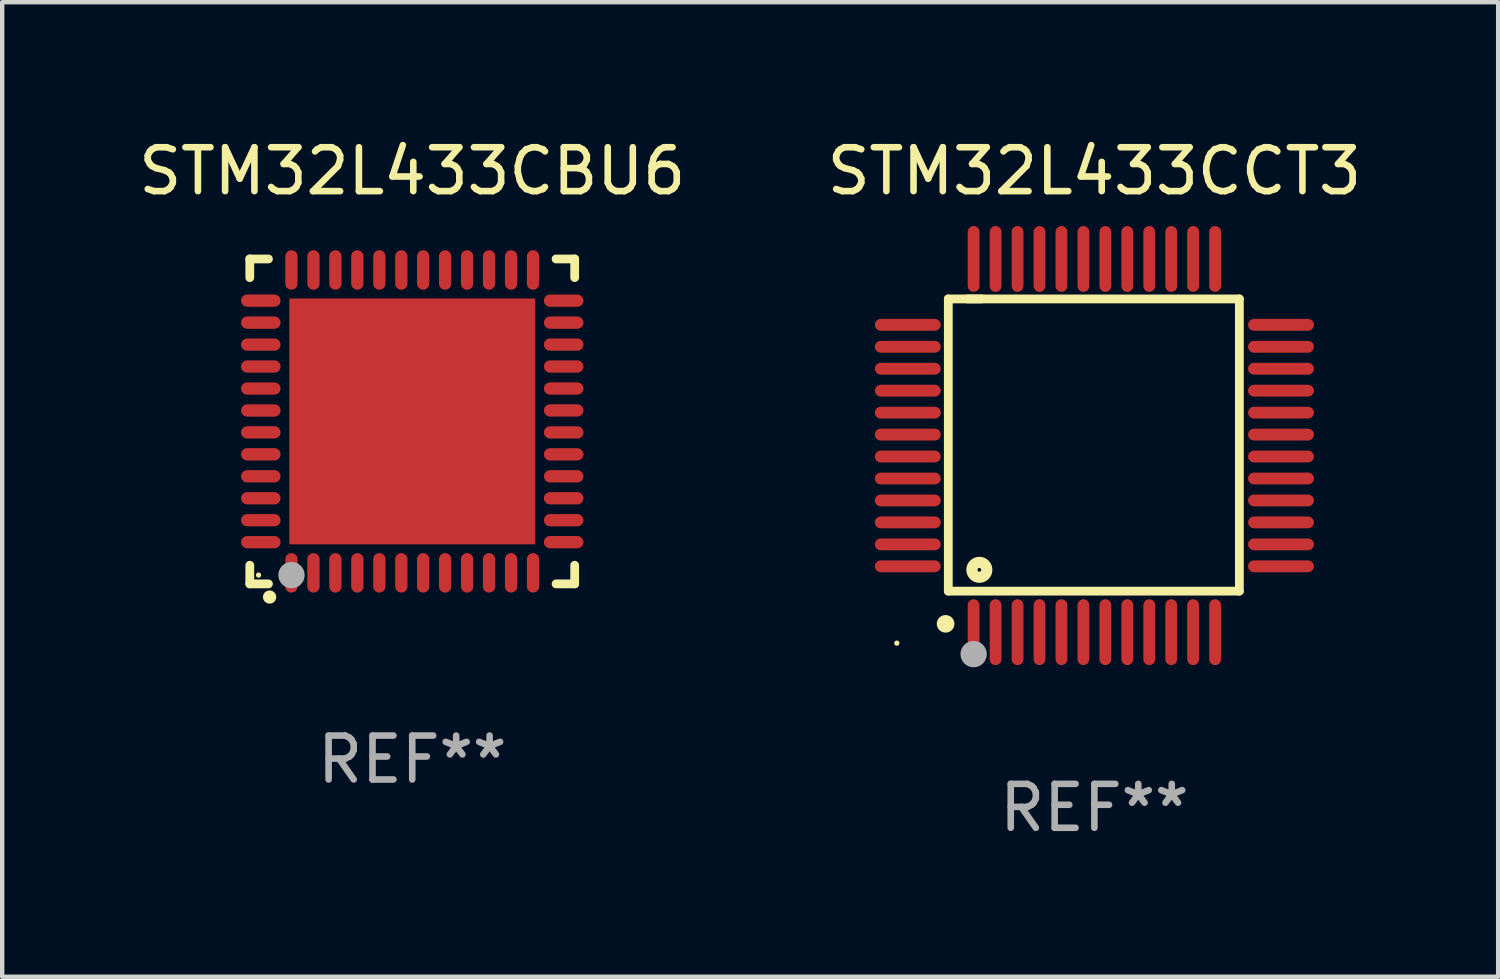
<source format=kicad_pcb>
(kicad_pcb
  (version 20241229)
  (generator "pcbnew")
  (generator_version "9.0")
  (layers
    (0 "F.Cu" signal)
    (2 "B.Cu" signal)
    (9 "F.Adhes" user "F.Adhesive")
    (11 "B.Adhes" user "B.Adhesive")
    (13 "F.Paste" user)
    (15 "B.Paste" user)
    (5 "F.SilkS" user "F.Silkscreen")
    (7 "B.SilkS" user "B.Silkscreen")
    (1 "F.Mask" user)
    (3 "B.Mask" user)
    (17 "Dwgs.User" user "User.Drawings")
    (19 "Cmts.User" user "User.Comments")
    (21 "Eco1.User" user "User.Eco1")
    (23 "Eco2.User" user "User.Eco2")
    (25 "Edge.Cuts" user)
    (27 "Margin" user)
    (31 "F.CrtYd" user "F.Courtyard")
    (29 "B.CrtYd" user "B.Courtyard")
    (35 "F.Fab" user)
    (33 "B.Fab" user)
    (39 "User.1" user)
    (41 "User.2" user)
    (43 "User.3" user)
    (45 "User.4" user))
  (footprint "STM32L433CBU6"
    (layer "F.Cu")
    (at 6.339 6.548)
    (property "Reference" "STM32L433CBU6" (at 0 -5.7 0) (layer "F.SilkS") (effects (font (size 1 1) (thickness 0.15))))
    (attr through_hole)
    (fp_line (start -3.7 -3.7) (end -3.275 -3.7) (stroke (width 0.2) (type solid)) (layer "F.SilkS"))
    (fp_line (start -3.7 -3.275) (end -3.7 -3.7) (stroke (width 0.2) (type solid)) (layer "F.SilkS"))
    (fp_line (start -3.7 3.7) (end -3.7 3.275) (stroke (width 0.2) (type solid)) (layer "F.SilkS"))
    (fp_line (start -3.275 3.7) (end -3.7 3.7) (stroke (width 0.2) (type solid)) (layer "F.SilkS"))
    (fp_line (start 3.7 -3.7) (end 3.275 -3.7) (stroke (width 0.2) (type solid)) (layer "F.SilkS"))
    (fp_line (start 3.7 -3.275) (end 3.7 -3.7) (stroke (width 0.2) (type solid)) (layer "F.SilkS"))
    (fp_line (start 3.7 3.275) (end 3.7 3.7) (stroke (width 0.2) (type solid)) (layer "F.SilkS"))
    (fp_line (start 3.7 3.7) (end 3.275 3.7) (stroke (width 0.2) (type solid)) (layer "F.SilkS"))
    (fp_arc (start -3.249936 3.999975) (mid -3.248666 3.99997) (end -3.247396 3.999975) (stroke (width 0.3) (type solid)) (layer "F.SilkS"))
    (fp_circle (center -3.5 3.5) (end -3.47 3.5) (stroke (width 0.06) (type solid)) (fill no) (layer "F.SilkS"))
    (fp_circle (center -2.75 3.5) (end -2.6 3.5) (stroke (width 0.3) (type solid)) (fill no) (layer "F.Fab"))
    (fp_text user "REF**" (at 0 7.7 0) (layer "F.Fab") (effects (font (size 1 1) (thickness 0.15))))
    (pad "1" smd oval (at -2.751 3.449) (size 0.28 0.9) (layers "F.Cu" "F.Mask" "F.Paste"))
    (pad "2" smd oval (at -2.25 3.449) (size 0.28 0.9) (layers "F.Cu" "F.Mask" "F.Paste"))
    (pad "3" smd oval (at -1.75 3.449) (size 0.28 0.9) (layers "F.Cu" "F.Mask" "F.Paste"))
    (pad "4" smd oval (at -1.25 3.449) (size 0.28 0.9) (layers "F.Cu" "F.Mask" "F.Paste"))
    (pad "5" smd oval (at -0.749 3.449) (size 0.28 0.9) (layers "F.Cu" "F.Mask" "F.Paste"))
    (pad "6" smd oval (at -0.249 3.449) (size 0.28 0.9) (layers "F.Cu" "F.Mask" "F.Paste"))
    (pad "7" smd oval (at 0.249 3.449) (size 0.28 0.9) (layers "F.Cu" "F.Mask" "F.Paste"))
    (pad "8" smd oval (at 0.749 3.449) (size 0.28 0.9) (layers "F.Cu" "F.Mask" "F.Paste"))
    (pad "9" smd oval (at 1.25 3.449) (size 0.28 0.9) (layers "F.Cu" "F.Mask" "F.Paste"))
    (pad "10" smd oval (at 1.75 3.449) (size 0.28 0.9) (layers "F.Cu" "F.Mask" "F.Paste"))
    (pad "11" smd oval (at 2.251 3.449) (size 0.28 0.9) (layers "F.Cu" "F.Mask" "F.Paste"))
    (pad "12" smd oval (at 2.751 3.449) (size 0.28 0.9) (layers "F.Cu" "F.Mask" "F.Paste"))
    (pad "13" smd oval (at 3.449 2.75) (size 0.9 0.28) (layers "F.Cu" "F.Mask" "F.Paste"))
    (pad "14" smd oval (at 3.449 2.25) (size 0.9 0.28) (layers "F.Cu" "F.Mask" "F.Paste"))
    (pad "15" smd oval (at 3.449 1.75) (size 0.9 0.28) (layers "F.Cu" "F.Mask" "F.Paste"))
    (pad "16" smd oval (at 3.449 1.25) (size 0.9 0.28) (layers "F.Cu" "F.Mask" "F.Paste"))
    (pad "17" smd oval (at 3.449 0.75) (size 0.9 0.28) (layers "F.Cu" "F.Mask" "F.Paste"))
    (pad "18" smd oval (at 3.449 0.25) (size 0.9 0.28) (layers "F.Cu" "F.Mask" "F.Paste"))
    (pad "19" smd oval (at 3.449 -0.25) (size 0.9 0.28) (layers "F.Cu" "F.Mask" "F.Paste"))
    (pad "20" smd oval (at 3.449 -0.75) (size 0.9 0.28) (layers "F.Cu" "F.Mask" "F.Paste"))
    (pad "21" smd oval (at 3.449 -1.25) (size 0.9 0.28) (layers "F.Cu" "F.Mask" "F.Paste"))
    (pad "22" smd oval (at 3.449 -1.75) (size 0.9 0.28) (layers "F.Cu" "F.Mask" "F.Paste"))
    (pad "23" smd oval (at 3.449 -2.25) (size 0.9 0.28) (layers "F.Cu" "F.Mask" "F.Paste"))
    (pad "24" smd oval (at 3.449 -2.75) (size 0.9 0.28) (layers "F.Cu" "F.Mask" "F.Paste"))
    (pad "25" smd oval (at 2.751 -3.449) (size 0.28 0.9) (layers "F.Cu" "F.Mask" "F.Paste"))
    (pad "26" smd oval (at 2.251 -3.449) (size 0.28 0.9) (layers "F.Cu" "F.Mask" "F.Paste"))
    (pad "27" smd oval (at 1.75 -3.449) (size 0.28 0.9) (layers "F.Cu" "F.Mask" "F.Paste"))
    (pad "28" smd oval (at 1.25 -3.449) (size 0.28 0.9) (layers "F.Cu" "F.Mask" "F.Paste"))
    (pad "29" smd oval (at 0.749 -3.449) (size 0.28 0.9) (layers "F.Cu" "F.Mask" "F.Paste"))
    (pad "30" smd oval (at 0.249 -3.449) (size 0.28 0.9) (layers "F.Cu" "F.Mask" "F.Paste"))
    (pad "31" smd oval (at -0.249 -3.449) (size 0.28 0.9) (layers "F.Cu" "F.Mask" "F.Paste"))
    (pad "32" smd oval (at -0.749 -3.449) (size 0.28 0.9) (layers "F.Cu" "F.Mask" "F.Paste"))
    (pad "33" smd oval (at -1.25 -3.449) (size 0.28 0.9) (layers "F.Cu" "F.Mask" "F.Paste"))
    (pad "34" smd oval (at -1.75 -3.449) (size 0.28 0.9) (layers "F.Cu" "F.Mask" "F.Paste"))
    (pad "35" smd oval (at -2.25 -3.449) (size 0.28 0.9) (layers "F.Cu" "F.Mask" "F.Paste"))
    (pad "36" smd oval (at -2.751 -3.449) (size 0.28 0.9) (layers "F.Cu" "F.Mask" "F.Paste"))
    (pad "37" smd oval (at -3.449 -2.751) (size 0.9 0.28) (layers "F.Cu" "F.Mask" "F.Paste"))
    (pad "38" smd oval (at -3.449 -2.25) (size 0.9 0.28) (layers "F.Cu" "F.Mask" "F.Paste"))
    (pad "39" smd oval (at -3.449 -1.75) (size 0.9 0.28) (layers "F.Cu" "F.Mask" "F.Paste"))
    (pad "40" smd oval (at -3.449 -1.25) (size 0.9 0.28) (layers "F.Cu" "F.Mask" "F.Paste"))
    (pad "41" smd oval (at -3.449 -0.749) (size 0.9 0.28) (layers "F.Cu" "F.Mask" "F.Paste"))
    (pad "42" smd oval (at -3.449 -0.249) (size 0.9 0.28) (layers "F.Cu" "F.Mask" "F.Paste"))
    (pad "43" smd oval (at -3.449 0.249) (size 0.9 0.28) (layers "F.Cu" "F.Mask" "F.Paste"))
    (pad "44" smd oval (at -3.449 0.749) (size 0.9 0.28) (layers "F.Cu" "F.Mask" "F.Paste"))
    (pad "45" smd oval (at -3.449 1.25) (size 0.9 0.28) (layers "F.Cu" "F.Mask" "F.Paste"))
    (pad "46" smd oval (at -3.449 1.75) (size 0.9 0.28) (layers "F.Cu" "F.Mask" "F.Paste"))
    (pad "47" smd oval (at -3.449 2.25) (size 0.9 0.28) (layers "F.Cu" "F.Mask" "F.Paste"))
    (pad "48" smd oval (at -3.449 2.751) (size 0.9 0.28) (layers "F.Cu" "F.Mask" "F.Paste"))
    (pad "49" smd rect (at 0.000076 -0.000025) (size 5.6 5.6) (layers "F.Cu" "F.Mask" "F.Paste")))
  (footprint "STM32L433CCT3"
    (layer "F.Cu")
    (at 21.875 7.098)
    (property "Reference" "STM32L433CCT3" (at 0 -6.25 0) (layer "F.SilkS") (effects (font (size 1 1) (thickness 0.15))))
    (attr through_hole)
    (fp_line (start -3.327 -3.34) (end -2.565 -3.34) (stroke (width 0.2) (type solid)) (layer "F.SilkS"))
    (fp_line (start -3.327 3.315) (end -3.327 -3.34) (stroke (width 0.2) (type solid)) (layer "F.SilkS"))
    (fp_line (start -2.896 -3.34) (end 3.302 -3.34) (stroke (width 0.2) (type solid)) (layer "F.SilkS"))
    (fp_line (start 3.302 -3.34) (end 3.302 3.315) (stroke (width 0.2) (type solid)) (layer "F.SilkS"))
    (fp_line (start 3.302 3.315) (end -3.327 3.315) (stroke (width 0.2) (type solid)) (layer "F.SilkS"))
    (fp_arc (start -3.389992 4.059995) (mid -3.388722 4.059991) (end -3.387452 4.059995) (stroke (width 0.4) (type solid)) (layer "F.SilkS"))
    (fp_circle (center -4.5 4.5) (end -4.47 4.5) (stroke (width 0.06) (type solid)) (fill no) (layer "F.SilkS"))
    (fp_circle (center -2.62 2.83) (end -2.45 2.83) (stroke (width 0.254) (type solid)) (fill no) (layer "F.SilkS"))
    (fp_circle (center -2.75 4.75) (end -2.6 4.75) (stroke (width 0.3) (type solid)) (fill no) (layer "F.Fab"))
    (fp_text user "REF**" (at 0 8.25 0) (layer "F.Fab") (effects (font (size 1 1) (thickness 0.15))))
    (pad "1" smd oval (at -2.75 4.25) (size 0.27 1.5) (layers "F.Cu" "F.Mask" "F.Paste"))
    (pad "2" smd oval (at -2.25 4.25) (size 0.27 1.5) (layers "F.Cu" "F.Mask" "F.Paste"))
    (pad "3" smd oval (at -1.75 4.25) (size 0.27 1.5) (layers "F.Cu" "F.Mask" "F.Paste"))
    (pad "4" smd oval (at -1.25 4.25) (size 0.27 1.5) (layers "F.Cu" "F.Mask" "F.Paste"))
    (pad "5" smd oval (at -0.75 4.25) (size 0.27 1.5) (layers "F.Cu" "F.Mask" "F.Paste"))
    (pad "6" smd oval (at -0.25 4.25) (size 0.27 1.5) (layers "F.Cu" "F.Mask" "F.Paste"))
    (pad "7" smd oval (at 0.25 4.25) (size 0.27 1.5) (layers "F.Cu" "F.Mask" "F.Paste"))
    (pad "8" smd oval (at 0.75 4.25) (size 0.27 1.5) (layers "F.Cu" "F.Mask" "F.Paste"))
    (pad "9" smd oval (at 1.25 4.25) (size 0.27 1.5) (layers "F.Cu" "F.Mask" "F.Paste"))
    (pad "10" smd oval (at 1.75 4.25) (size 0.27 1.5) (layers "F.Cu" "F.Mask" "F.Paste"))
    (pad "11" smd oval (at 2.25 4.25) (size 0.27 1.5) (layers "F.Cu" "F.Mask" "F.Paste"))
    (pad "12" smd oval (at 2.75 4.25) (size 0.27 1.5) (layers "F.Cu" "F.Mask" "F.Paste"))
    (pad "13" smd oval (at 4.25 2.75) (size 1.5 0.27) (layers "F.Cu" "F.Mask" "F.Paste"))
    (pad "14" smd oval (at 4.25 2.25) (size 1.5 0.27) (layers "F.Cu" "F.Mask" "F.Paste"))
    (pad "15" smd oval (at 4.25 1.75) (size 1.5 0.27) (layers "F.Cu" "F.Mask" "F.Paste"))
    (pad "16" smd oval (at 4.25 1.25) (size 1.5 0.27) (layers "F.Cu" "F.Mask" "F.Paste"))
    (pad "17" smd oval (at 4.25 0.75) (size 1.5 0.27) (layers "F.Cu" "F.Mask" "F.Paste"))
    (pad "18" smd oval (at 4.25 0.25) (size 1.5 0.27) (layers "F.Cu" "F.Mask" "F.Paste"))
    (pad "19" smd oval (at 4.25 -0.25) (size 1.5 0.27) (layers "F.Cu" "F.Mask" "F.Paste"))
    (pad "20" smd oval (at 4.25 -0.75) (size 1.5 0.27) (layers "F.Cu" "F.Mask" "F.Paste"))
    (pad "21" smd oval (at 4.25 -1.25) (size 1.5 0.27) (layers "F.Cu" "F.Mask" "F.Paste"))
    (pad "22" smd oval (at 4.25 -1.75) (size 1.5 0.27) (layers "F.Cu" "F.Mask" "F.Paste"))
    (pad "23" smd oval (at 4.25 -2.25) (size 1.5 0.27) (layers "F.Cu" "F.Mask" "F.Paste"))
    (pad "24" smd oval (at 4.25 -2.75) (size 1.5 0.27) (layers "F.Cu" "F.Mask" "F.Paste"))
    (pad "25" smd oval (at 2.75 -4.25) (size 0.27 1.5) (layers "F.Cu" "F.Mask" "F.Paste"))
    (pad "26" smd oval (at 2.25 -4.25) (size 0.27 1.5) (layers "F.Cu" "F.Mask" "F.Paste"))
    (pad "27" smd oval (at 1.75 -4.25) (size 0.27 1.5) (layers "F.Cu" "F.Mask" "F.Paste"))
    (pad "28" smd oval (at 1.25 -4.25) (size 0.27 1.5) (layers "F.Cu" "F.Mask" "F.Paste"))
    (pad "29" smd oval (at 0.75 -4.25) (size 0.27 1.5) (layers "F.Cu" "F.Mask" "F.Paste"))
    (pad "30" smd oval (at 0.25 -4.25) (size 0.27 1.5) (layers "F.Cu" "F.Mask" "F.Paste"))
    (pad "31" smd oval (at -0.25 -4.25) (size 0.27 1.5) (layers "F.Cu" "F.Mask" "F.Paste"))
    (pad "32" smd oval (at -0.75 -4.25) (size 0.27 1.5) (layers "F.Cu" "F.Mask" "F.Paste"))
    (pad "33" smd oval (at -1.25 -4.25) (size 0.27 1.5) (layers "F.Cu" "F.Mask" "F.Paste"))
    (pad "34" smd oval (at -1.75 -4.25) (size 0.27 1.5) (layers "F.Cu" "F.Mask" "F.Paste"))
    (pad "35" smd oval (at -2.25 -4.25) (size 0.27 1.5) (layers "F.Cu" "F.Mask" "F.Paste"))
    (pad "36" smd oval (at -2.75 -4.25) (size 0.27 1.5) (layers "F.Cu" "F.Mask" "F.Paste"))
    (pad "37" smd oval (at -4.25 -2.75) (size 1.5 0.27) (layers "F.Cu" "F.Mask" "F.Paste"))
    (pad "38" smd oval (at -4.25 -2.25) (size 1.5 0.27) (layers "F.Cu" "F.Mask" "F.Paste"))
    (pad "39" smd oval (at -4.25 -1.75) (size 1.5 0.27) (layers "F.Cu" "F.Mask" "F.Paste"))
    (pad "40" smd oval (at -4.25 -1.25) (size 1.5 0.27) (layers "F.Cu" "F.Mask" "F.Paste"))
    (pad "41" smd oval (at -4.25 -0.75) (size 1.5 0.27) (layers "F.Cu" "F.Mask" "F.Paste"))
    (pad "42" smd oval (at -4.25 -0.25) (size 1.5 0.27) (layers "F.Cu" "F.Mask" "F.Paste"))
    (pad "43" smd oval (at -4.25 0.25) (size 1.5 0.27) (layers "F.Cu" "F.Mask" "F.Paste"))
    (pad "44" smd oval (at -4.25 0.75) (size 1.5 0.27) (layers "F.Cu" "F.Mask" "F.Paste"))
    (pad "45" smd oval (at -4.25 1.25) (size 1.5 0.27) (layers "F.Cu" "F.Mask" "F.Paste"))
    (pad "46" smd oval (at -4.25 1.75) (size 1.5 0.27) (layers "F.Cu" "F.Mask" "F.Paste"))
    (pad "47" smd oval (at -4.25 2.25) (size 1.5 0.27) (layers "F.Cu" "F.Mask" "F.Paste"))
    (pad "48" smd oval (at -4.25 2.75) (size 1.5 0.27) (layers "F.Cu" "F.Mask" "F.Paste")))
  (gr_rect
    (start -3 -3)
    (end 31.071 19.196)
    (stroke (width 0.1) (type default))
    (fill no)
    (layer "Edge.Cuts")))
</source>
